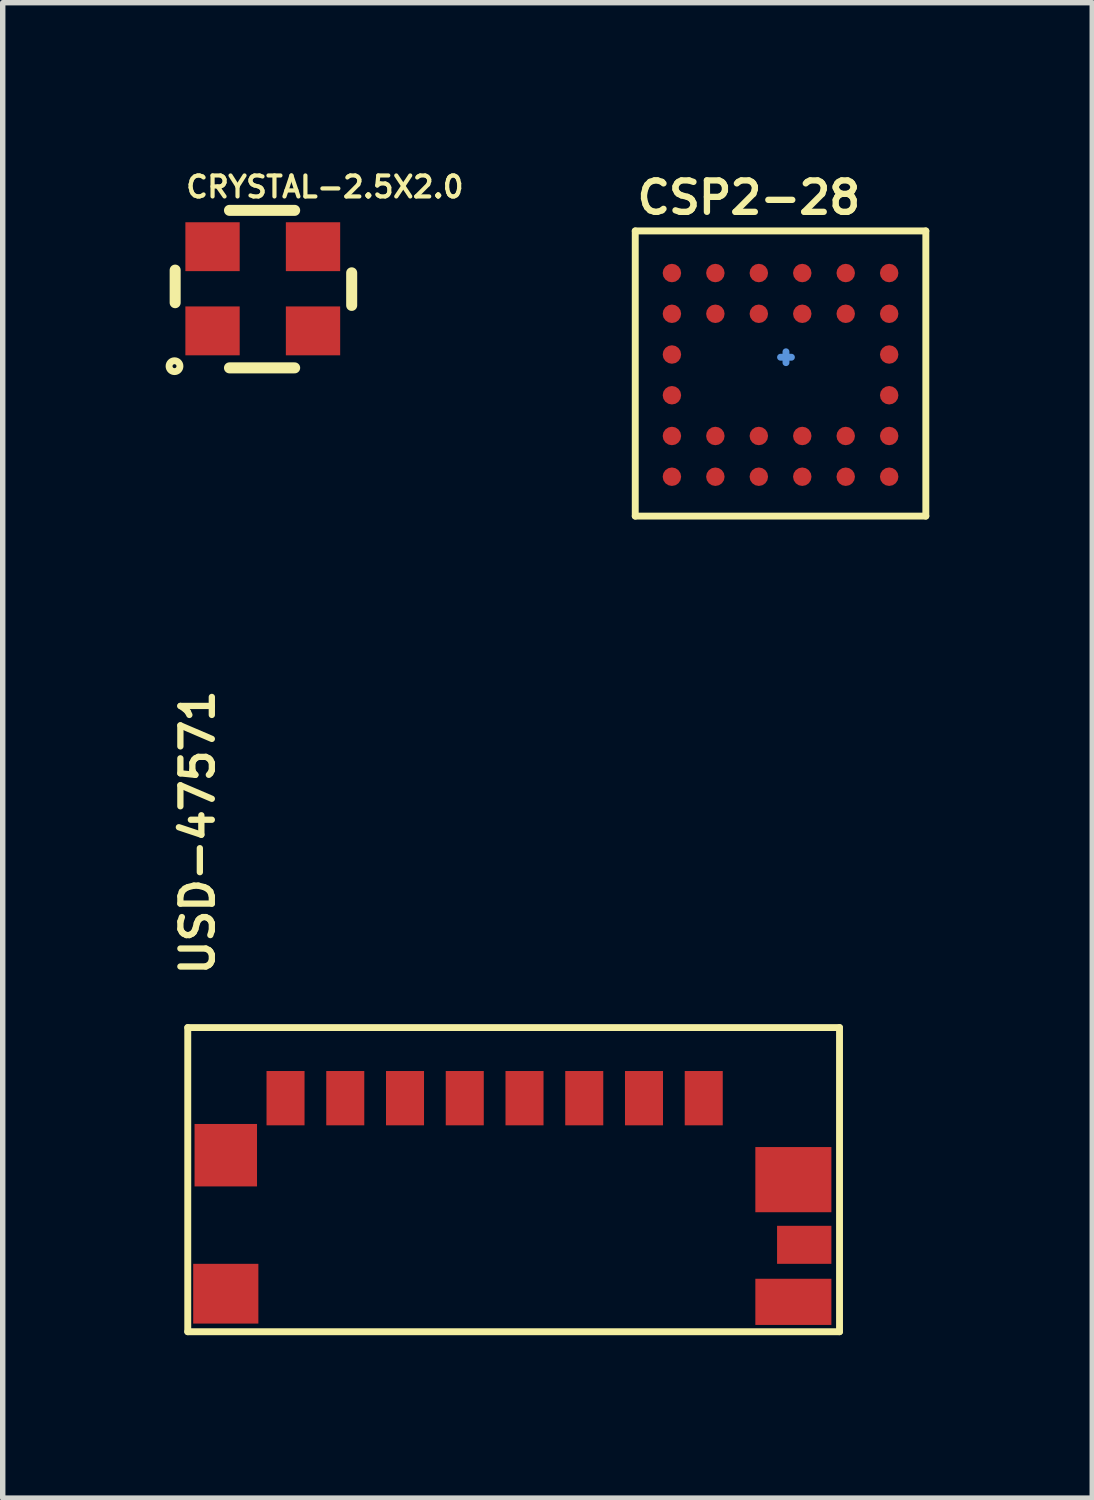
<source format=kicad_pcb>
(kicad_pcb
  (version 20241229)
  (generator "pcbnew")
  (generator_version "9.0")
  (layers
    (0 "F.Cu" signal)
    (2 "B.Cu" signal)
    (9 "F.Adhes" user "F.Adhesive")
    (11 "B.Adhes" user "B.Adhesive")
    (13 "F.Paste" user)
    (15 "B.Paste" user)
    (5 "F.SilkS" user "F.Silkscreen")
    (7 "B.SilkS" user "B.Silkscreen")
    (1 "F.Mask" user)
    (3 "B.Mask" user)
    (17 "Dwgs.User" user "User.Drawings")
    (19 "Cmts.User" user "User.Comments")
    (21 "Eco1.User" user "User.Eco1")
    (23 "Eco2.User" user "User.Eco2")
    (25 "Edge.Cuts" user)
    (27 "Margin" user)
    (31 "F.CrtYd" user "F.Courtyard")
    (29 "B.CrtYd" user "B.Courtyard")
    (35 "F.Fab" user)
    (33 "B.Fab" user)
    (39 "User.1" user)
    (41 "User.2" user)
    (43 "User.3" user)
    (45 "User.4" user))
  (footprint "USD-47571"
    (layer "F.Cu")
    (at 6.007 18.769)
    (property "Reference" "USD-47571" (at -5.08 -3.81 270) (layer "F.SilkS") (effects (font (size 0.579 0.579) (thickness 0.116)) (justify left bottom)))
    (attr through_hole)
    (fp_line (start -5.6 -2.9) (end -5.6 2.7) (stroke (width 0.127) (type solid)) (layer "F.SilkS"))
    (fp_line (start -5.6 2.7) (end 6.4 2.7) (stroke (width 0.127) (type solid)) (layer "F.SilkS"))
    (fp_line (start 6.4 -2.9) (end -5.6 -2.9) (stroke (width 0.127) (type solid)) (layer "F.SilkS"))
    (fp_line (start 6.4 2.7) (end 6.4 -2.9) (stroke (width 0.127) (type solid)) (layer "F.SilkS"))
    (pad "G$1" smd rect (at -4.9 -0.55 180) (size 1.15 1.15) (layers "F.Cu" "F.Mask" "F.Paste"))
    (pad "G$2" smd rect (at -4.9 2 180) (size 1.2 1.1) (layers "F.Cu" "F.Mask" "F.Paste"))
    (pad "G$3" smd rect (at 5.55 -0.1 180) (size 1.4 1.2) (layers "F.Cu" "F.Mask" "F.Paste"))
    (pad "G$4" smd rect (at 5.75 1.1 180) (size 1 0.7) (layers "F.Cu" "F.Mask" "F.Paste"))
    (pad "G$5" smd rect (at 5.55 2.15 180) (size 1.4 0.85) (layers "F.Cu" "F.Mask" "F.Paste"))
    (pad "P$1" smd rect (at 3.9 -1.6 180) (size 0.7 1) (layers "F.Cu" "F.Mask" "F.Paste"))
    (pad "P$2" smd rect (at 2.8 -1.6 180) (size 0.7 1) (layers "F.Cu" "F.Mask" "F.Paste"))
    (pad "P$3" smd rect (at 1.7 -1.6 180) (size 0.7 1) (layers "F.Cu" "F.Mask" "F.Paste"))
    (pad "P$4" smd rect (at 0.6 -1.6 180) (size 0.7 1) (layers "F.Cu" "F.Mask" "F.Paste"))
    (pad "P$5" smd rect (at -0.5 -1.6 180) (size 0.7 1) (layers "F.Cu" "F.Mask" "F.Paste"))
    (pad "P$6" smd rect (at -1.6 -1.6 180) (size 0.7 1) (layers "F.Cu" "F.Mask" "F.Paste"))
    (pad "P$7" smd rect (at -2.7 -1.6 180) (size 0.7 1) (layers "F.Cu" "F.Mask" "F.Paste"))
    (pad "P$8" smd rect (at -3.8 -1.6 180) (size 0.7 1) (layers "F.Cu" "F.Mask" "F.Paste")))
  (footprint "CRYSTAL-2.5X2.0"
    (layer "F.Cu")
    (at 1.813 2.242)
    (property "Reference" "CRYSTAL-2.5X2.0" (at -1.478 -1.624 180) (layer "F.SilkS") (effects (font (size 0.386 0.386) (thickness 0.077)) (justify left bottom)))
    (attr through_hole)
    (fp_line (start -1.638 -0.319) (end -1.638 0.281) (stroke (width 0.203) (type solid)) (layer "F.SilkS"))
    (fp_line (start -0.638 -1.419) (end 0.562 -1.419) (stroke (width 0.203) (type solid)) (layer "F.SilkS"))
    (fp_line (start 0.562 1.481) (end -0.638 1.481) (stroke (width 0.203) (type solid)) (layer "F.SilkS"))
    (fp_line (start 1.612 -0.269) (end 1.612 0.331) (stroke (width 0.203) (type solid)) (layer "F.SilkS"))
    (fp_circle (center -1.65 1.45) (end -1.55 1.45) (stroke (width 0.127) (type solid)) (fill no) (layer "F.SilkS"))
    (pad "1" smd rect (at -0.95 0.8) (size 1 0.9) (layers "F.Cu" "F.Mask" "F.Paste"))
    (pad "2" smd rect (at 0.9 0.8) (size 1 0.9) (layers "F.Cu" "F.Mask" "F.Paste"))
    (pad "3" smd rect (at 0.9 -0.75) (size 1 0.9) (layers "F.Cu" "F.Mask" "F.Paste"))
    (pad "4" smd rect (at -0.95 -0.75) (size 1 0.9) (layers "F.Cu" "F.Mask" "F.Paste")))
  (footprint "CSP2-28"
    (layer "F.Cu")
    (at 11.321 3.827)
    (property "Reference" "CSP2-28" (at -2.7 -2.9 180) (layer "F.SilkS") (effects (font (size 0.579 0.579) (thickness 0.116)) (justify left bottom)))
    (attr through_hole)
    (fp_line (start -2.675 -2.625) (end 2.675 -2.625) (stroke (width 0.127) (type solid)) (layer "F.SilkS"))
    (fp_line (start -2.675 2.625) (end -2.675 -2.625) (stroke (width 0.127) (type solid)) (layer "F.SilkS"))
    (fp_line (start 2.675 -2.625) (end 2.675 2.625) (stroke (width 0.127) (type solid)) (layer "F.SilkS"))
    (fp_line (start 2.675 2.625) (end -2.675 2.625) (stroke (width 0.127) (type solid)) (layer "F.SilkS"))
    (fp_line (start 0.1 -0.4) (end 0.1 -0.2) (stroke (width 0.127) (type solid)) (layer "Cmts.User"))
    (fp_line (start 0.2 -0.3) (end 0 -0.3) (stroke (width 0.127) (type solid)) (layer "Cmts.User"))
    (pad "A1" smd roundrect (at -2 -1.85) (size 0.34 0.34) (layers "F.Cu" "F.Mask" "F.Paste") (roundrect_rratio 0.5))
    (pad "A2" smd roundrect (at -1.2 -1.85) (size 0.34 0.34) (layers "F.Cu" "F.Mask" "F.Paste") (roundrect_rratio 0.5))
    (pad "A3" smd roundrect (at -0.4 -1.85) (size 0.34 0.34) (layers "F.Cu" "F.Mask" "F.Paste") (roundrect_rratio 0.5))
    (pad "A4" smd roundrect (at 0.4 -1.85) (size 0.34 0.34) (layers "F.Cu" "F.Mask" "F.Paste") (roundrect_rratio 0.5))
    (pad "A5" smd roundrect (at 1.2 -1.85) (size 0.34 0.34) (layers "F.Cu" "F.Mask" "F.Paste") (roundrect_rratio 0.5))
    (pad "A6" smd roundrect (at 2 -1.85) (size 0.34 0.34) (layers "F.Cu" "F.Mask" "F.Paste") (roundrect_rratio 0.5))
    (pad "B1" smd roundrect (at -2 -1.1) (size 0.34 0.34) (layers "F.Cu" "F.Mask" "F.Paste") (roundrect_rratio 0.5))
    (pad "B2" smd roundrect (at -1.2 -1.1) (size 0.34 0.34) (layers "F.Cu" "F.Mask" "F.Paste") (roundrect_rratio 0.5))
    (pad "B3" smd roundrect (at -0.4 -1.1) (size 0.34 0.34) (layers "F.Cu" "F.Mask" "F.Paste") (roundrect_rratio 0.5))
    (pad "B4" smd roundrect (at 0.4 -1.1) (size 0.34 0.34) (layers "F.Cu" "F.Mask" "F.Paste") (roundrect_rratio 0.5))
    (pad "B5" smd roundrect (at 1.2 -1.1) (size 0.34 0.34) (layers "F.Cu" "F.Mask" "F.Paste") (roundrect_rratio 0.5))
    (pad "B6" smd roundrect (at 2 -1.1) (size 0.34 0.34) (layers "F.Cu" "F.Mask" "F.Paste") (roundrect_rratio 0.5))
    (pad "C1" smd roundrect (at -2 -0.35) (size 0.34 0.34) (layers "F.Cu" "F.Mask" "F.Paste") (roundrect_rratio 0.5))
    (pad "C6" smd roundrect (at 2 -0.35) (size 0.34 0.34) (layers "F.Cu" "F.Mask" "F.Paste") (roundrect_rratio 0.5))
    (pad "D1" smd roundrect (at -2 0.4) (size 0.34 0.34) (layers "F.Cu" "F.Mask" "F.Paste") (roundrect_rratio 0.5))
    (pad "D6" smd roundrect (at 2 0.4) (size 0.34 0.34) (layers "F.Cu" "F.Mask" "F.Paste") (roundrect_rratio 0.5))
    (pad "E1" smd roundrect (at -2 1.15) (size 0.34 0.34) (layers "F.Cu" "F.Mask" "F.Paste") (roundrect_rratio 0.5))
    (pad "E2" smd roundrect (at -1.2 1.15) (size 0.34 0.34) (layers "F.Cu" "F.Mask" "F.Paste") (roundrect_rratio 0.5))
    (pad "E3" smd roundrect (at -0.4 1.15) (size 0.34 0.34) (layers "F.Cu" "F.Mask" "F.Paste") (roundrect_rratio 0.5))
    (pad "E4" smd roundrect (at 0.4 1.15) (size 0.34 0.34) (layers "F.Cu" "F.Mask" "F.Paste") (roundrect_rratio 0.5))
    (pad "E5" smd roundrect (at 1.2 1.15) (size 0.34 0.34) (layers "F.Cu" "F.Mask" "F.Paste") (roundrect_rratio 0.5))
    (pad "E6" smd roundrect (at 2 1.15) (size 0.34 0.34) (layers "F.Cu" "F.Mask" "F.Paste") (roundrect_rratio 0.5))
    (pad "F1" smd roundrect (at -2 1.9) (size 0.34 0.34) (layers "F.Cu" "F.Mask" "F.Paste") (roundrect_rratio 0.5))
    (pad "F2" smd roundrect (at -1.2 1.9) (size 0.34 0.34) (layers "F.Cu" "F.Mask" "F.Paste") (roundrect_rratio 0.5))
    (pad "F3" smd roundrect (at -0.4 1.9) (size 0.34 0.34) (layers "F.Cu" "F.Mask" "F.Paste") (roundrect_rratio 0.5))
    (pad "F4" smd roundrect (at 0.4 1.9) (size 0.34 0.34) (layers "F.Cu" "F.Mask" "F.Paste") (roundrect_rratio 0.5))
    (pad "F5" smd roundrect (at 1.2 1.9) (size 0.34 0.34) (layers "F.Cu" "F.Mask" "F.Paste") (roundrect_rratio 0.5))
    (pad "F6" smd roundrect (at 2 1.9) (size 0.34 0.34) (layers "F.Cu" "F.Mask" "F.Paste") (roundrect_rratio 0.5)))
  (gr_rect
    (start -3 -3)
    (end 17.06 24.532)
    (stroke (width 0.1) (type default))
    (fill no)
    (layer "Edge.Cuts")))
</source>
